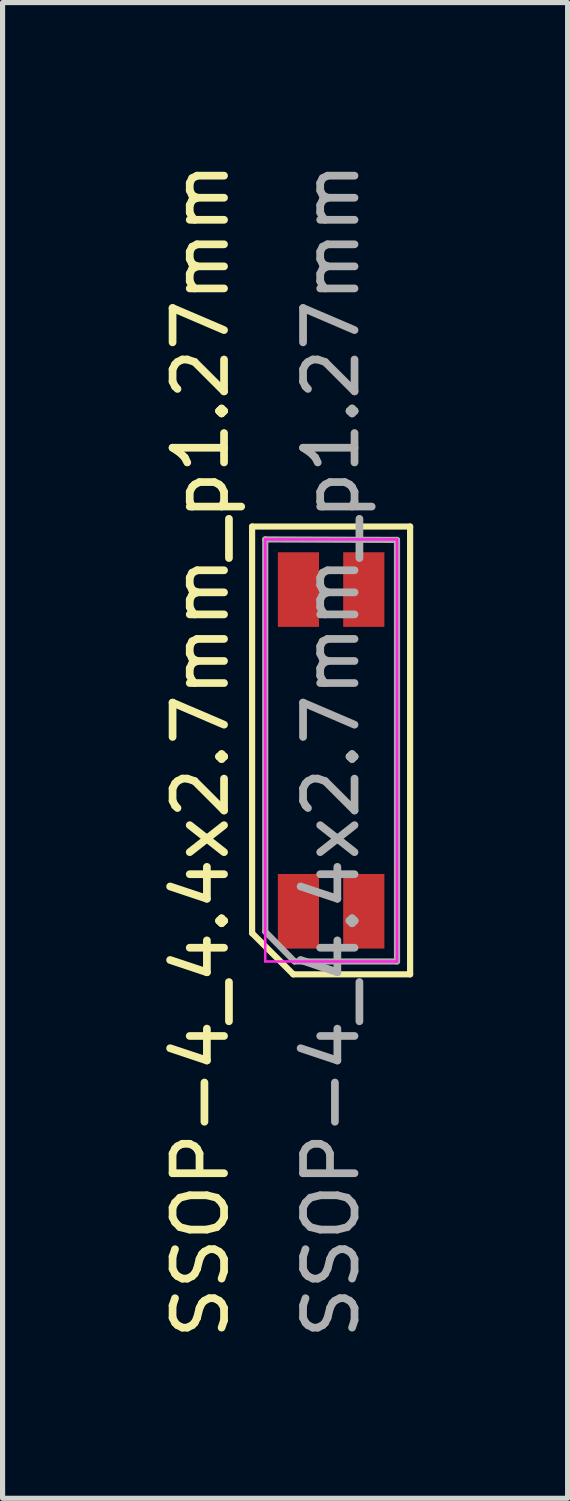
<source format=kicad_pcb>
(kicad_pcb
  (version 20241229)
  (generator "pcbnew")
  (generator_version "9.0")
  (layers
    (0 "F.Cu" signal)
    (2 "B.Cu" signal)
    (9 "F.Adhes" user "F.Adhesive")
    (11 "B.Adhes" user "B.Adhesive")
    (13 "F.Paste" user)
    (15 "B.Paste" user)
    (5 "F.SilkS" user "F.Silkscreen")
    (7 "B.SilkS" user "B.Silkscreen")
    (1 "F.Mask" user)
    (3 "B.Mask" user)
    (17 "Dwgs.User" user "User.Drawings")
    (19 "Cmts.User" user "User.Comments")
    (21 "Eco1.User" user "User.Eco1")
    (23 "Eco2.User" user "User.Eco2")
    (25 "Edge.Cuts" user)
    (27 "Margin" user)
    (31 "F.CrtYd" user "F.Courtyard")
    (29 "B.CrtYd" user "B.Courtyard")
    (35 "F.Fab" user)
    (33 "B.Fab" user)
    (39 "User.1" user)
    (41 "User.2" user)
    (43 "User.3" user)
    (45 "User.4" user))
  (footprint "SSOP-4_4.4x2.7mm_p1.27mm"
    (layer "F.Cu")
    (at 3.383 11.53)
    (property "Reference" "SSOP-4_4.4x2.7mm_p1.27mm" (at -2.535 0 90) (layer "F.SilkS") (effects (font (size 1 1) (thickness 0.15))))
    (attr smd)
    (fp_line (start -1.535 -4.35) (end 1.535 -4.35) (stroke (width 0.12) (type solid)) (layer "F.SilkS"))
    (fp_line (start -1.535 3.55) (end -1.535 -4.35) (stroke (width 0.12) (type solid)) (layer "F.SilkS"))
    (fp_line (start -0.735 4.35) (end -1.535 3.55) (stroke (width 0.12) (type solid)) (layer "F.SilkS"))
    (fp_line (start 1.535 -4.35) (end 1.535 4.35) (stroke (width 0.12) (type solid)) (layer "F.SilkS"))
    (fp_line (start 1.535 4.35) (end -0.735 4.35) (stroke (width 0.12) (type solid)) (layer "F.SilkS"))
    (fp_line (start -1.28 -4.1) (end 1.28 -4.1) (stroke (width 0.05) (type solid)) (layer "F.CrtYd"))
    (fp_line (start -1.28 4.1) (end -1.28 -4.1) (stroke (width 0.05) (type solid)) (layer "F.CrtYd"))
    (fp_line (start 1.28 -4.1) (end 1.28 4.1) (stroke (width 0.05) (type solid)) (layer "F.CrtYd"))
    (fp_line (start 1.28 4.1) (end -1.28 4.1) (stroke (width 0.05) (type solid)) (layer "F.CrtYd"))
    (fp_line (start -1.28 -4.1) (end 1.28 -4.09) (stroke (width 0.12) (type solid)) (layer "F.Fab"))
    (fp_line (start -1.28 3.52) (end -1.28 -4.1) (stroke (width 0.12) (type solid)) (layer "F.Fab"))
    (fp_line (start -0.71 4.1) (end -1.28 3.52) (stroke (width 0.12) (type solid)) (layer "F.Fab"))
    (fp_line (start 1.28 -4.09) (end 1.28 4.1) (stroke (width 0.12) (type solid)) (layer "F.Fab"))
    (fp_line (start 1.28 4.1) (end -0.71 4.1) (stroke (width 0.12) (type solid)) (layer "F.Fab"))
    (fp_text user "${REFERENCE}" (at 0 0 90) (layer "F.Fab") (effects (font (size 1 1) (thickness 0.15))))
    (pad "1" smd rect (at -0.635 3.125) (size 0.8 1.45) (layers "F.Cu" "F.Mask" "F.Paste"))
    (pad "2" smd rect (at 0.635 3.125) (size 0.8 1.45) (layers "F.Cu" "F.Mask" "F.Paste"))
    (pad "3" smd rect (at 0.635 -3.125) (size 0.8 1.45) (layers "F.Cu" "F.Mask" "F.Paste"))
    (pad "4" smd rect (at -0.635 -3.125) (size 0.8 1.45) (layers "F.Cu" "F.Mask" "F.Paste")))
  (gr_rect
    (start -3 -3)
    (end 7.978 26.06)
    (stroke (width 0.1) (type default))
    (fill no)
    (layer "Edge.Cuts")))
</source>
